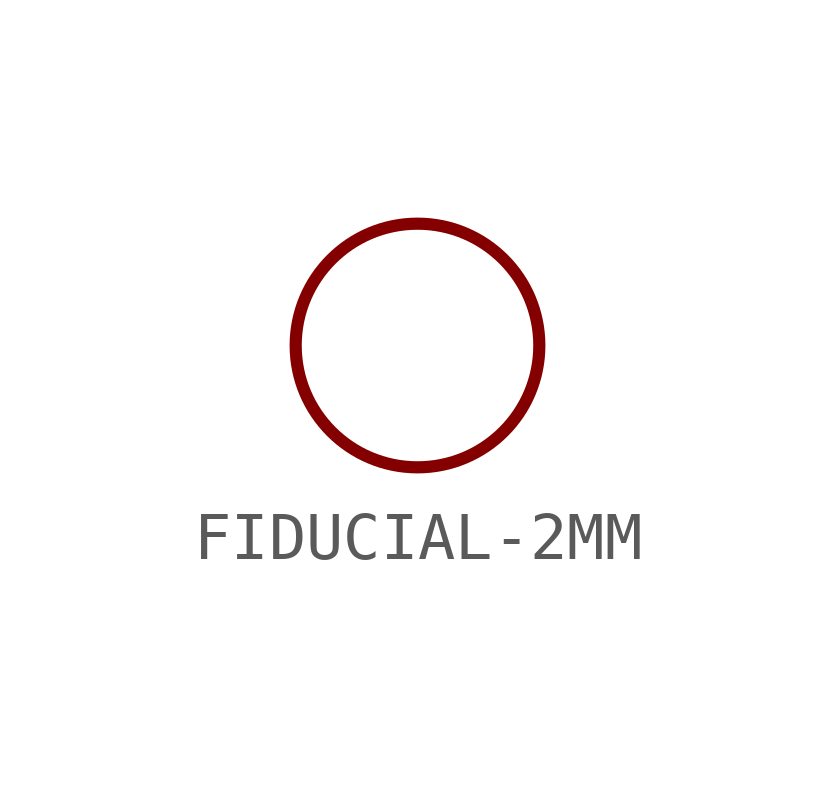
<source format=kicad_sym>
(kicad_symbol_lib
  (version 20211014)
  (generator kicad_symbol_editor)
  (symbol "FIDUCIAL-2MM"
    (property "Reference" "FD"
      (at 0 0 0)
      (effects (font (size 1.27 1.27)) hide))
    (property "ki_locked" ""
      (at 0 0 0)
      (effects (font (size 1.27 1.27))))
    (symbol "FIDUCIAL-2MM_1_0"
      (circle (center 0 0) (radius 2.54) (stroke (width 0.254) (type default) (color 0 0 0 0)) (fill (type none))))))
</source>
